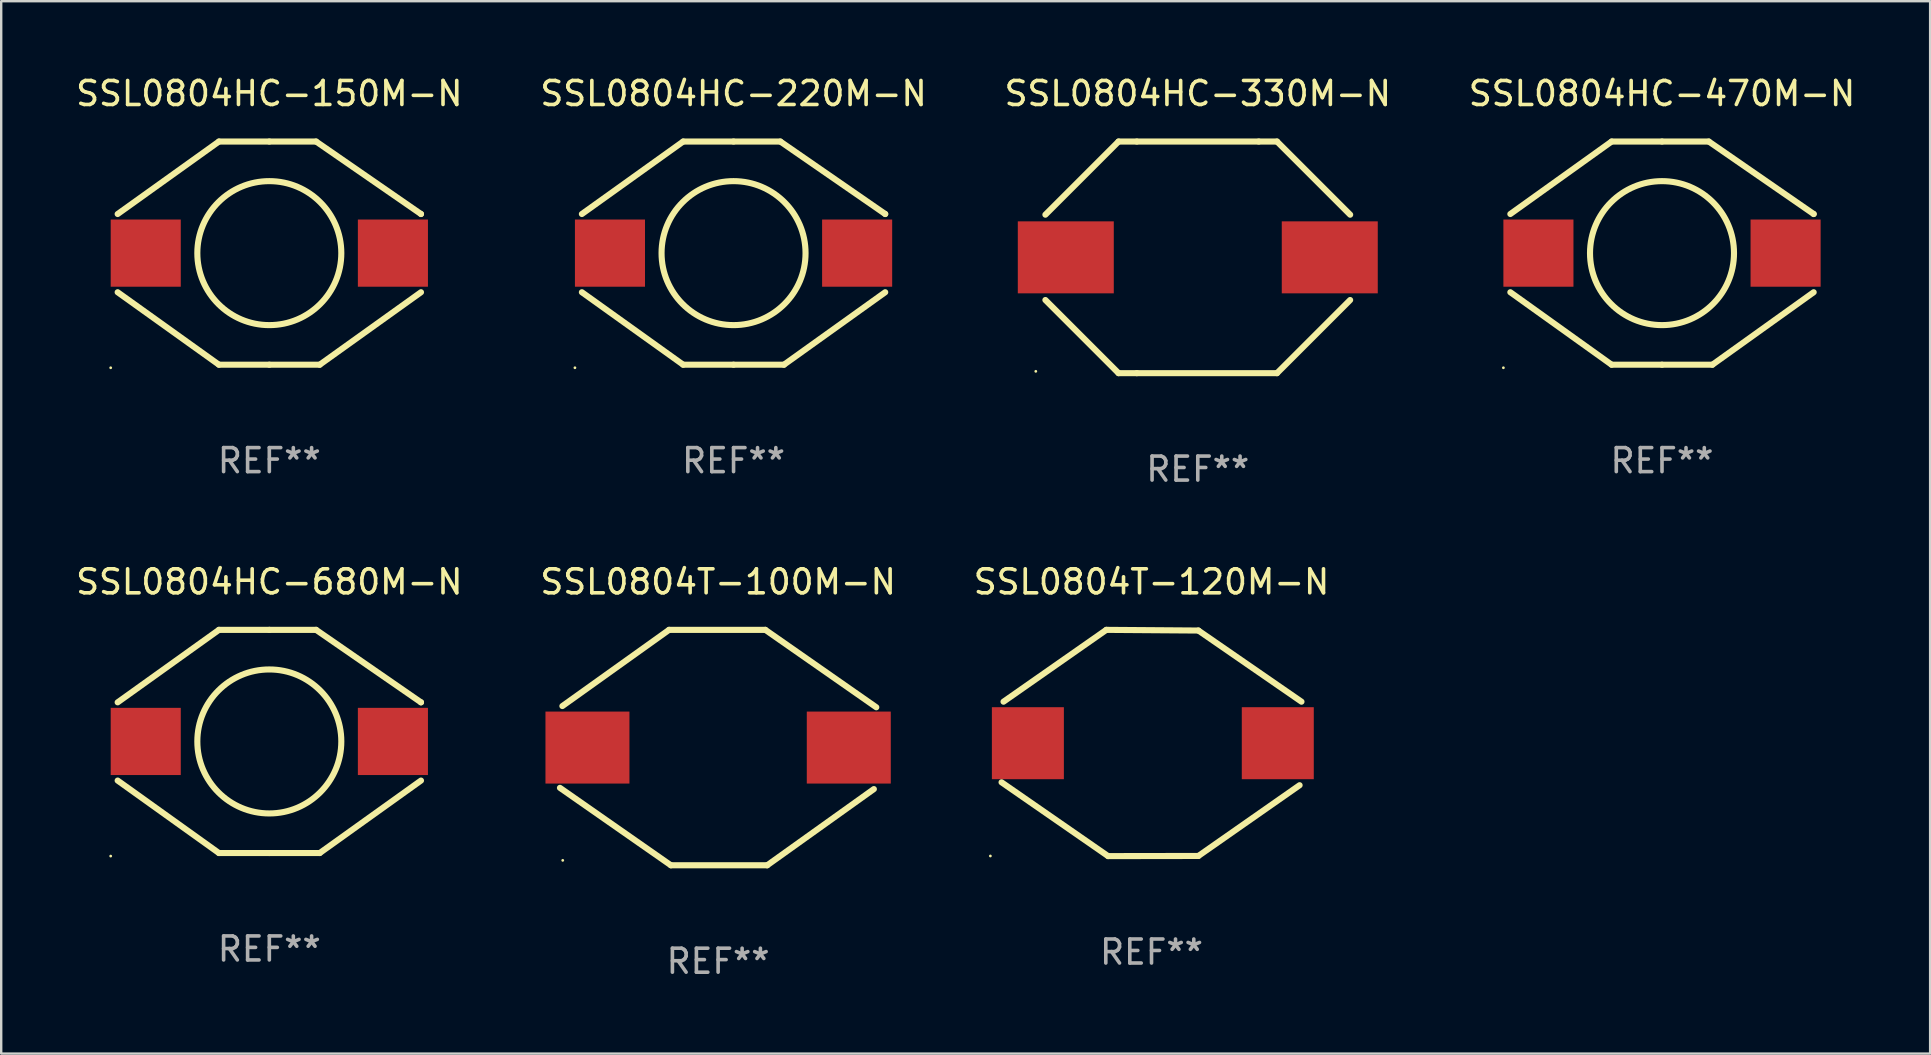
<source format=kicad_pcb>
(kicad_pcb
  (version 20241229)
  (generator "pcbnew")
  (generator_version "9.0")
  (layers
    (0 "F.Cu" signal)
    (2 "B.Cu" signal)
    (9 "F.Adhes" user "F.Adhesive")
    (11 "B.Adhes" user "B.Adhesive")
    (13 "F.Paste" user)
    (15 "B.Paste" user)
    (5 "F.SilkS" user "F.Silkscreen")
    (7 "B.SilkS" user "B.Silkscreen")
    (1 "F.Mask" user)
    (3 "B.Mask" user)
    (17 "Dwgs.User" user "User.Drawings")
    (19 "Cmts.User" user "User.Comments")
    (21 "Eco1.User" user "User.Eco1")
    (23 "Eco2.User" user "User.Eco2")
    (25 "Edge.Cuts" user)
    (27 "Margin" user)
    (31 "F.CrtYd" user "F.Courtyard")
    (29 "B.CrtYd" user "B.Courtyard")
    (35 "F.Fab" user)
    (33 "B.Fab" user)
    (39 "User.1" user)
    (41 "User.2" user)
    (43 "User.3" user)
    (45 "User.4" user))
  (footprint "SSL0804T-100M-N"
    (layer "F.Cu")
    (at 26.875 28.102)
    (property "Reference" "SSL0804T-100M-N" (at 0 -6.905 0) (layer "F.SilkS") (effects (font (size 1 1) (thickness 0.15))))
    (attr through_hole)
    (fp_line (start -6.49 -1.73) (end -2.045 -4.905) (stroke (width 0.254) (type solid)) (layer "F.SilkS"))
    (fp_line (start -2.045 -4.905) (end 1.968 -4.905) (stroke (width 0.254) (type solid)) (layer "F.SilkS"))
    (fp_line (start -1.968 4.905) (end -6.591 1.679) (stroke (width 0.254) (type solid)) (layer "F.SilkS"))
    (fp_line (start 1.968 -4.905) (end 6.591 -1.679) (stroke (width 0.254) (type solid)) (layer "F.SilkS"))
    (fp_line (start 2.045 4.905) (end -1.968 4.905) (stroke (width 0.254) (type solid)) (layer "F.SilkS"))
    (fp_line (start 6.49 1.73) (end 2.045 4.905) (stroke (width 0.254) (type solid)) (layer "F.SilkS"))
    (fp_circle (center -6.475 4.7) (end -6.445 4.7) (stroke (width 0.06) (type solid)) (fill no) (layer "F.SilkS"))
    (fp_text user "REF**" (at 0 8.905 0) (layer "F.Fab") (effects (font (size 1 1) (thickness 0.15))))
    (pad "1" smd rect (at -5.445 0.000013) (size 3.5 3) (layers "F.Cu" "F.Mask" "F.Paste"))
    (pad "2" smd rect (at 5.445 0.000013) (size 3.5 3) (layers "F.Cu" "F.Mask" "F.Paste")))
  (footprint "SSL0804HC-470M-N"
    (layer "F.Cu")
    (at 66.208 7.498)
    (property "Reference" "SSL0804HC-470M-N" (at 0 -6.65 0) (layer "F.SilkS") (effects (font (size 1 1) (thickness 0.15))))
    (attr through_hole)
    (fp_line (start -2.1 -4.65) (end -6.32 -1.63) (stroke (width 0.254) (type solid)) (layer "F.SilkS"))
    (fp_line (start -2.1 4.65) (end -6.32 1.63) (stroke (width 0.254) (type solid)) (layer "F.SilkS"))
    (fp_line (start 0 -4.65) (end -2.1 -4.65) (stroke (width 0.254) (type solid)) (layer "F.SilkS"))
    (fp_line (start 0 -4.65) (end 1.95 -4.65) (stroke (width 0.254) (type solid)) (layer "F.SilkS"))
    (fp_line (start 0 4.65) (end -2.1 4.65) (stroke (width 0.254) (type solid)) (layer "F.SilkS"))
    (fp_line (start 0 4.65) (end 2.1 4.65) (stroke (width 0.254) (type solid)) (layer "F.SilkS"))
    (fp_line (start 1.95 -4.65) (end 6.32 -1.63) (stroke (width 0.254) (type solid)) (layer "F.SilkS"))
    (fp_line (start 2.1 4.65) (end 6.32 1.63) (stroke (width 0.254) (type solid)) (layer "F.SilkS"))
    (fp_line (start 6.32 -1.63) (end 6.32 -1.631) (stroke (width 0.254) (type solid)) (layer "F.SilkS"))
    (fp_circle (center -6.61 4.777) (end -6.58 4.777) (stroke (width 0.06) (type solid)) (fill no) (layer "F.SilkS"))
    (fp_circle (center 0 0) (end 3 0) (stroke (width 0.254) (type solid)) (fill no) (layer "F.SilkS"))
    (fp_text user "REF**" (at 0 8.65 0) (layer "F.Fab") (effects (font (size 1 1) (thickness 0.15))))
    (pad "1" smd rect (at -5.15 0) (size 2.92 2.8) (layers "F.Cu" "F.Mask" "F.Paste"))
    (pad "2" smd rect (at 5.15 0) (size 2.92 2.8) (layers "F.Cu" "F.Mask" "F.Paste")))
  (footprint "SSL0804HC-220M-N"
    (layer "F.Cu")
    (at 27.518 7.498)
    (property "Reference" "SSL0804HC-220M-N" (at 0 -6.65 0) (layer "F.SilkS") (effects (font (size 1 1) (thickness 0.15))))
    (attr through_hole)
    (fp_line (start -2.1 -4.65) (end -6.32 -1.63) (stroke (width 0.254) (type solid)) (layer "F.SilkS"))
    (fp_line (start -2.1 4.65) (end -6.32 1.63) (stroke (width 0.254) (type solid)) (layer "F.SilkS"))
    (fp_line (start 0 -4.65) (end -2.1 -4.65) (stroke (width 0.254) (type solid)) (layer "F.SilkS"))
    (fp_line (start 0 -4.65) (end 1.95 -4.65) (stroke (width 0.254) (type solid)) (layer "F.SilkS"))
    (fp_line (start 0 4.65) (end -2.1 4.65) (stroke (width 0.254) (type solid)) (layer "F.SilkS"))
    (fp_line (start 0 4.65) (end 2.1 4.65) (stroke (width 0.254) (type solid)) (layer "F.SilkS"))
    (fp_line (start 1.95 -4.65) (end 6.32 -1.63) (stroke (width 0.254) (type solid)) (layer "F.SilkS"))
    (fp_line (start 2.1 4.65) (end 6.32 1.63) (stroke (width 0.254) (type solid)) (layer "F.SilkS"))
    (fp_line (start 6.32 -1.63) (end 6.32 -1.631) (stroke (width 0.254) (type solid)) (layer "F.SilkS"))
    (fp_circle (center -6.61 4.777) (end -6.58 4.777) (stroke (width 0.06) (type solid)) (fill no) (layer "F.SilkS"))
    (fp_circle (center 0 0) (end 3 0) (stroke (width 0.254) (type solid)) (fill no) (layer "F.SilkS"))
    (fp_text user "REF**" (at 0 8.65 0) (layer "F.Fab") (effects (font (size 1 1) (thickness 0.15))))
    (pad "1" smd rect (at -5.15 0) (size 2.92 2.8) (layers "F.Cu" "F.Mask" "F.Paste"))
    (pad "2" smd rect (at 5.15 0) (size 2.92 2.8) (layers "F.Cu" "F.Mask" "F.Paste")))
  (footprint "SSL0804HC-680M-N"
    (layer "F.Cu")
    (at 8.173 27.847)
    (property "Reference" "SSL0804HC-680M-N" (at 0 -6.65 0) (layer "F.SilkS") (effects (font (size 1 1) (thickness 0.15))))
    (attr through_hole)
    (fp_line (start -2.1 -4.65) (end -6.32 -1.63) (stroke (width 0.254) (type solid)) (layer "F.SilkS"))
    (fp_line (start -2.1 4.65) (end -6.32 1.63) (stroke (width 0.254) (type solid)) (layer "F.SilkS"))
    (fp_line (start 0 -4.65) (end -2.1 -4.65) (stroke (width 0.254) (type solid)) (layer "F.SilkS"))
    (fp_line (start 0 -4.65) (end 1.95 -4.65) (stroke (width 0.254) (type solid)) (layer "F.SilkS"))
    (fp_line (start 0 4.65) (end -2.1 4.65) (stroke (width 0.254) (type solid)) (layer "F.SilkS"))
    (fp_line (start 0 4.65) (end 2.1 4.65) (stroke (width 0.254) (type solid)) (layer "F.SilkS"))
    (fp_line (start 1.95 -4.65) (end 6.32 -1.63) (stroke (width 0.254) (type solid)) (layer "F.SilkS"))
    (fp_line (start 2.1 4.65) (end 6.32 1.63) (stroke (width 0.254) (type solid)) (layer "F.SilkS"))
    (fp_line (start 6.32 -1.63) (end 6.32 -1.631) (stroke (width 0.254) (type solid)) (layer "F.SilkS"))
    (fp_circle (center -6.61 4.777) (end -6.58 4.777) (stroke (width 0.06) (type solid)) (fill no) (layer "F.SilkS"))
    (fp_circle (center 0 0) (end 3 0) (stroke (width 0.254) (type solid)) (fill no) (layer "F.SilkS"))
    (fp_text user "REF**" (at 0 8.65 0) (layer "F.Fab") (effects (font (size 1 1) (thickness 0.15))))
    (pad "1" smd rect (at -5.15 0) (size 2.92 2.8) (layers "F.Cu" "F.Mask" "F.Paste"))
    (pad "2" smd rect (at 5.15 0) (size 2.92 2.8) (layers "F.Cu" "F.Mask" "F.Paste")))
  (footprint "SSL0804HC-330M-N"
    (layer "F.Cu")
    (at 46.863 7.674)
    (property "Reference" "SSL0804HC-330M-N" (at 0 -6.826 0) (layer "F.SilkS") (effects (font (size 1 1) (thickness 0.15))))
    (attr through_hole)
    (fp_line (start -3.302 -4.826) (end -6.35 -1.778) (stroke (width 0.254) (type solid)) (layer "F.SilkS"))
    (fp_line (start -3.302 4.826) (end -6.35 1.778) (stroke (width 0.254) (type solid)) (layer "F.SilkS"))
    (fp_line (start -2.541 4.826) (end 3.301 4.826) (stroke (width 0.254) (type solid)) (layer "F.SilkS"))
    (fp_line (start -2.54 -4.826) (end -3.302 -4.826) (stroke (width 0.254) (type solid)) (layer "F.SilkS"))
    (fp_line (start -2.54 -4.826) (end 2.54 -4.826) (stroke (width 0.254) (type solid)) (layer "F.SilkS"))
    (fp_line (start -2.54 4.826) (end -3.302 4.826) (stroke (width 0.254) (type solid)) (layer "F.SilkS"))
    (fp_line (start 2.54 -4.826) (end 3.302 -4.826) (stroke (width 0.254) (type solid)) (layer "F.SilkS"))
    (fp_line (start 3.301 4.826) (end 6.349 1.778) (stroke (width 0.254) (type solid)) (layer "F.SilkS"))
    (fp_line (start 3.302 -4.826) (end 6.35 -1.778) (stroke (width 0.254) (type solid)) (layer "F.SilkS"))
    (fp_circle (center -6.75 4.75) (end -6.72 4.75) (stroke (width 0.06) (type solid)) (fill no) (layer "F.SilkS"))
    (fp_text user "REF**" (at 0 8.826 0) (layer "F.Fab") (effects (font (size 1 1) (thickness 0.15))))
    (pad "1" smd rect (at -5.5 0) (size 4 3) (layers "F.Cu" "F.Mask" "F.Paste"))
    (pad "2" smd rect (at 5.5 0) (size 4 3) (layers "F.Cu" "F.Mask" "F.Paste")))
  (footprint "SSL0804HC-150M-N"
    (layer "F.Cu")
    (at 8.173 7.498)
    (property "Reference" "SSL0804HC-150M-N" (at 0 -6.65 0) (layer "F.SilkS") (effects (font (size 1 1) (thickness 0.15))))
    (attr through_hole)
    (fp_line (start -2.1 -4.65) (end -6.32 -1.63) (stroke (width 0.254) (type solid)) (layer "F.SilkS"))
    (fp_line (start -2.1 4.65) (end -6.32 1.63) (stroke (width 0.254) (type solid)) (layer "F.SilkS"))
    (fp_line (start 0 -4.65) (end -2.1 -4.65) (stroke (width 0.254) (type solid)) (layer "F.SilkS"))
    (fp_line (start 0 -4.65) (end 1.95 -4.65) (stroke (width 0.254) (type solid)) (layer "F.SilkS"))
    (fp_line (start 0 4.65) (end -2.1 4.65) (stroke (width 0.254) (type solid)) (layer "F.SilkS"))
    (fp_line (start 0 4.65) (end 2.1 4.65) (stroke (width 0.254) (type solid)) (layer "F.SilkS"))
    (fp_line (start 1.95 -4.65) (end 6.32 -1.63) (stroke (width 0.254) (type solid)) (layer "F.SilkS"))
    (fp_line (start 2.1 4.65) (end 6.32 1.63) (stroke (width 0.254) (type solid)) (layer "F.SilkS"))
    (fp_line (start 6.32 -1.63) (end 6.32 -1.631) (stroke (width 0.254) (type solid)) (layer "F.SilkS"))
    (fp_circle (center -6.61 4.777) (end -6.58 4.777) (stroke (width 0.06) (type solid)) (fill no) (layer "F.SilkS"))
    (fp_circle (center 0 0) (end 3 0) (stroke (width 0.254) (type solid)) (fill no) (layer "F.SilkS"))
    (fp_text user "REF**" (at 0 8.65 0) (layer "F.Fab") (effects (font (size 1 1) (thickness 0.15))))
    (pad "1" smd rect (at -5.15 0) (size 2.92 2.8) (layers "F.Cu" "F.Mask" "F.Paste"))
    (pad "2" smd rect (at 5.15 0) (size 2.92 2.8) (layers "F.Cu" "F.Mask" "F.Paste")))
  (footprint "SSL0804T-120M-N"
    (layer "F.Cu")
    (at 44.935 27.911)
    (property "Reference" "SSL0804T-120M-N" (at 0 -6.714 0) (layer "F.SilkS") (effects (font (size 1 1) (thickness 0.15))))
    (attr through_hole)
    (fp_line (start -6.249 1.639) (end -1.81 4.714) (stroke (width 0.254) (type solid)) (layer "F.SilkS"))
    (fp_line (start -6.167 -1.721) (end -1.884 -4.714) (stroke (width 0.254) (type solid)) (layer "F.SilkS"))
    (fp_line (start -1.884 -4.714) (end 1.954 -4.686) (stroke (width 0.254) (type solid)) (layer "F.SilkS"))
    (fp_line (start -1.81 4.714) (end 1.953 4.708) (stroke (width 0.254) (type solid)) (layer "F.SilkS"))
    (fp_line (start 1.953 4.708) (end 6.171 1.76) (stroke (width 0.254) (type solid)) (layer "F.SilkS"))
    (fp_line (start 1.954 -4.686) (end 6.249 -1.721) (stroke (width 0.254) (type solid)) (layer "F.SilkS"))
    (fp_circle (center -6.715 4.709) (end -6.685 4.709) (stroke (width 0.06) (type solid)) (fill no) (layer "F.SilkS"))
    (fp_text user "REF**" (at 0 8.714 0) (layer "F.Fab") (effects (font (size 1 1) (thickness 0.15))))
    (pad "1" smd rect (at -5.152 0.009) (size 3 3) (layers "F.Cu" "F.Mask" "F.Paste"))
    (pad "2" smd rect (at 5.262 0.009) (size 3 3) (layers "F.Cu" "F.Mask" "F.Paste")))
  (gr_rect
    (start -3 -3)
    (end 77.381 40.855)
    (stroke (width 0.1) (type default))
    (fill no)
    (layer "Edge.Cuts")))
</source>
